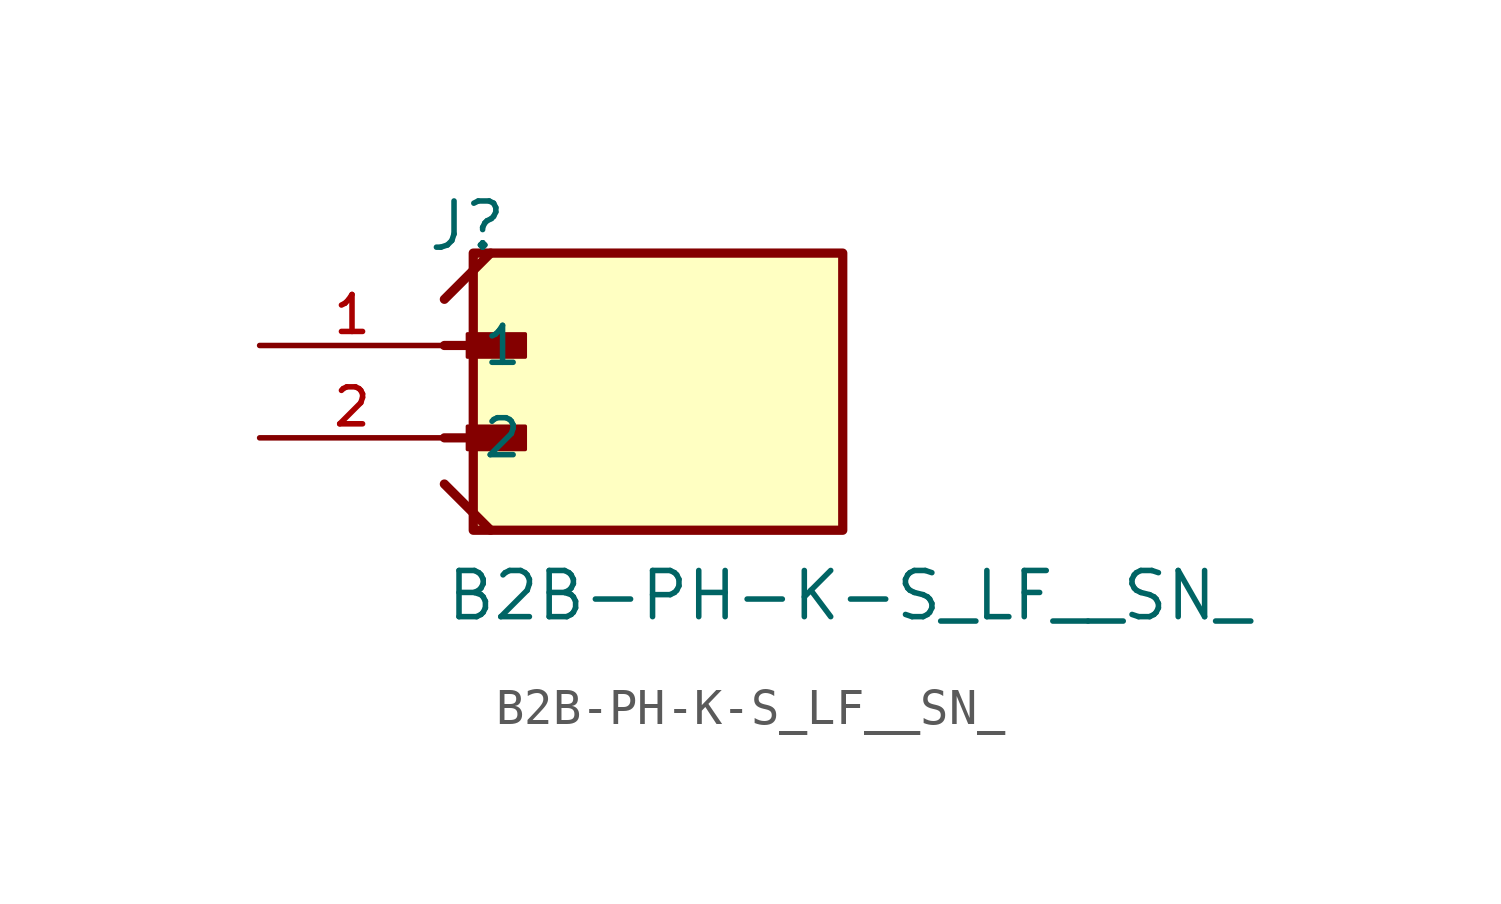
<source format=kicad_sym>
(kicad_symbol_lib
  (version 20241209)
  (generator "kicad_symbol_editor")
  (generator_version "9.0")
  (symbol "B2B-PH-K-S_LF__SN_"
    (pin_names
      (offset 1.016))
    (property "Reference" "J"
      (at -5.58 5.08 0)
      (effects (font (size 1.27 1.27)) (justify left bottom)))
    (property "Value" "B2B-PH-K-S_LF__SN_"
      (at -5.08 -5.08 0)
      (effects (font (size 1.27 1.27)) (justify left bottom)))
    (symbol "B2B-PH-K-S_LF__SN__0_0"
      (polyline (pts (xy -5.08 3.81) (xy -3.81 5.08)) (stroke (width 0.254) (type default)) (fill (type none)))
      (polyline (pts (xy -5.08 2.54) (xy -3.175 2.54)) (stroke (width 0.254) (type default)) (fill (type none)))
      (polyline (pts (xy -5.08 0) (xy -3.175 0)) (stroke (width 0.254) (type default)) (fill (type none)))
      (polyline (pts (xy -5.08 -1.27) (xy -3.81 -2.54)) (stroke (width 0.254) (type default)) (fill (type none)))
      (rectangle (start -4.445 2.223) (end -2.857 2.857) (stroke (width 0.1) (type default)) (fill (type outline)))
      (rectangle (start -4.445 -0.318) (end -2.857 0.318) (stroke (width 0.1) (type default)) (fill (type outline)))
      (rectangle (start -4.286 -2.54) (end 5.874 5.08) (stroke (width 0.254) (type default)) (fill (type background)))
      (pin passive line (at -10.16 2.54 0) (length 5.08) (name "1" (effects (font (size 1.016 1.016)))) (number "1" (effects (font (size 1.016 1.016)))))
      (pin passive line (at -10.16 0 0) (length 5.08) (name "2" (effects (font (size 1.016 1.016)))) (number "2" (effects (font (size 1.016 1.016))))))))
</source>
